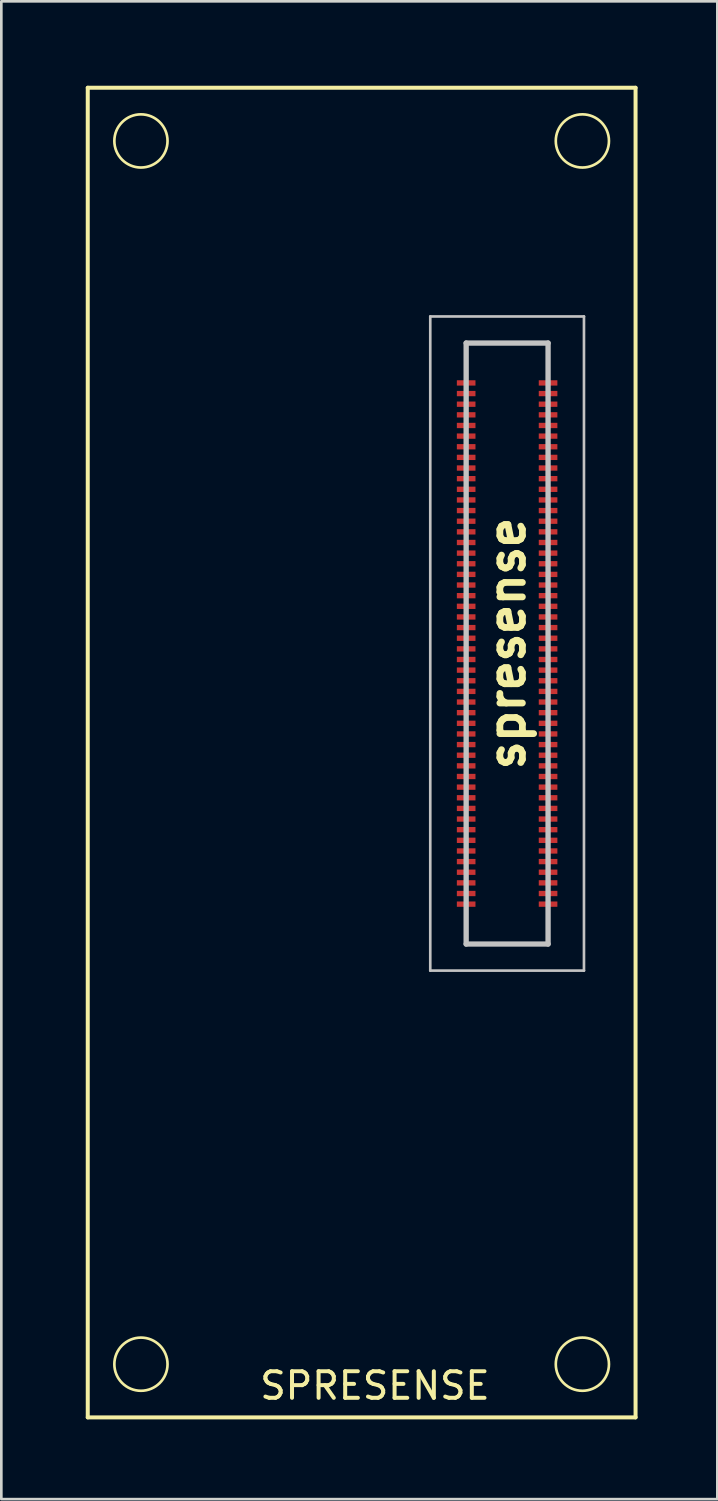
<source format=kicad_pcb>
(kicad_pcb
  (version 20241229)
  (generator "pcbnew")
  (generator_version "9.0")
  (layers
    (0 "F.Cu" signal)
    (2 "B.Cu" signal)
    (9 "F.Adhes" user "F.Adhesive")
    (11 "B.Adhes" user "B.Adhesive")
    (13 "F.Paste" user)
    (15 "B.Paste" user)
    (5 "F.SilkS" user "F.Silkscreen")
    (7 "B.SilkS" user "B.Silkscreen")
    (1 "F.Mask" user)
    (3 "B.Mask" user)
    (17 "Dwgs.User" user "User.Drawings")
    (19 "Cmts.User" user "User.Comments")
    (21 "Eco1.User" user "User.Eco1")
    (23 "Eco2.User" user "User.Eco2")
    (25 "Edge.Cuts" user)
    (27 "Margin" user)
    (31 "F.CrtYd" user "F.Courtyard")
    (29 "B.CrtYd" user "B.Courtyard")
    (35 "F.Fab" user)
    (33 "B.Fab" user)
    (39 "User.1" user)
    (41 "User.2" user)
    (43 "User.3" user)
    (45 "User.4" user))
  (footprint "spresense"
    (layer "F.Cu")
    (at 0.25 0.25)
    (property "Reference" "spresense" (at 15.77 20.9 270) (layer "F.SilkS") (effects (font (size 1.27 1.27) (thickness 0.254))))
    (attr smd)
    (fp_line (start 0 0) (end 20.6 0) (stroke (width 0.15) (type solid)) (layer "F.SilkS"))
    (fp_line (start 0 50) (end 0 0) (stroke (width 0.15) (type solid)) (layer "F.SilkS"))
    (fp_line (start 14.23 9.6) (end 14.23 10.9) (stroke (width 0.1) (type solid)) (layer "F.SilkS"))
    (fp_line (start 14.23 32.2) (end 14.23 30.9) (stroke (width 0.1) (type solid)) (layer "F.SilkS"))
    (fp_line (start 17.31 9.6) (end 14.23 9.6) (stroke (width 0.1) (type solid)) (layer "F.SilkS"))
    (fp_line (start 17.31 10.9) (end 17.31 9.6) (stroke (width 0.1) (type solid)) (layer "F.SilkS"))
    (fp_line (start 17.31 30.9) (end 17.31 32.2) (stroke (width 0.1) (type solid)) (layer "F.SilkS"))
    (fp_line (start 17.31 32.2) (end 14.23 32.2) (stroke (width 0.1) (type solid)) (layer "F.SilkS"))
    (fp_line (start 20.6 0) (end 20.6 50) (stroke (width 0.15) (type solid)) (layer "F.SilkS"))
    (fp_line (start 20.6 50) (end 0 50) (stroke (width 0.15) (type solid)) (layer "F.SilkS"))
    (fp_circle (center 2 2) (end 3 2) (stroke (width 0.1) (type solid)) (fill no) (layer "F.SilkS"))
    (fp_circle (center 2 48) (end 3 48) (stroke (width 0.1) (type solid)) (fill no) (layer "F.SilkS"))
    (fp_circle (center 18.6 2) (end 19.6 2) (stroke (width 0.1) (type solid)) (fill no) (layer "F.SilkS"))
    (fp_circle (center 18.6 48) (end 19.6 48) (stroke (width 0.1) (type solid)) (fill no) (layer "F.SilkS"))
    (fp_line (start 12.88 8.6) (end 18.66 8.6) (stroke (width 0.1) (type solid)) (layer "Dwgs.User"))
    (fp_line (start 12.88 33.2) (end 12.88 8.6) (stroke (width 0.1) (type solid)) (layer "Dwgs.User"))
    (fp_line (start 14.23 9.6) (end 17.31 9.6) (stroke (width 0.2) (type solid)) (layer "Dwgs.User"))
    (fp_line (start 14.23 32.2) (end 14.23 9.6) (stroke (width 0.2) (type solid)) (layer "Dwgs.User"))
    (fp_line (start 17.31 9.6) (end 17.31 32.2) (stroke (width 0.2) (type solid)) (layer "Dwgs.User"))
    (fp_line (start 17.31 32.2) (end 14.23 32.2) (stroke (width 0.2) (type solid)) (layer "Dwgs.User"))
    (fp_line (start 18.66 8.6) (end 18.66 33.2) (stroke (width 0.1) (type solid)) (layer "Dwgs.User"))
    (fp_line (start 18.66 33.2) (end 12.88 33.2) (stroke (width 0.1) (type solid)) (layer "Dwgs.User"))
    (fp_text user "SPRESENSE" (at 10.8 48.81 0) (layer "F.SilkS") (effects (font (size 1 1) (thickness 0.15))))
    (pad "1" smd rect (at 14.23 11.1 270) (size 0.2 0.7) (layers "F.Cu" "F.Mask" "F.Paste"))
    (pad "2" smd rect (at 17.31 11.1 270) (size 0.2 0.7) (layers "F.Cu" "F.Mask" "F.Paste"))
    (pad "3" smd rect (at 14.23 11.5 270) (size 0.2 0.7) (layers "F.Cu" "F.Mask" "F.Paste"))
    (pad "4" smd rect (at 17.31 11.5 270) (size 0.2 0.7) (layers "F.Cu" "F.Mask" "F.Paste"))
    (pad "5" smd rect (at 14.23 11.9 270) (size 0.2 0.7) (layers "F.Cu" "F.Mask" "F.Paste"))
    (pad "6" smd rect (at 17.31 11.9 270) (size 0.2 0.7) (layers "F.Cu" "F.Mask" "F.Paste"))
    (pad "7" smd rect (at 14.23 12.3 270) (size 0.2 0.7) (layers "F.Cu" "F.Mask" "F.Paste"))
    (pad "8" smd rect (at 17.31 12.3 270) (size 0.2 0.7) (layers "F.Cu" "F.Mask" "F.Paste"))
    (pad "9" smd rect (at 14.23 12.7 270) (size 0.2 0.7) (layers "F.Cu" "F.Mask" "F.Paste"))
    (pad "10" smd rect (at 17.31 12.7 270) (size 0.2 0.7) (layers "F.Cu" "F.Mask" "F.Paste"))
    (pad "11" smd rect (at 14.23 13.1 270) (size 0.2 0.7) (layers "F.Cu" "F.Mask" "F.Paste"))
    (pad "12" smd rect (at 17.31 13.1 270) (size 0.2 0.7) (layers "F.Cu" "F.Mask" "F.Paste"))
    (pad "13" smd rect (at 14.23 13.5 270) (size 0.2 0.7) (layers "F.Cu" "F.Mask" "F.Paste"))
    (pad "14" smd rect (at 17.31 13.5 270) (size 0.2 0.7) (layers "F.Cu" "F.Mask" "F.Paste"))
    (pad "15" smd rect (at 14.23 13.9 270) (size 0.2 0.7) (layers "F.Cu" "F.Mask" "F.Paste"))
    (pad "16" smd rect (at 17.31 13.9 270) (size 0.2 0.7) (layers "F.Cu" "F.Mask" "F.Paste"))
    (pad "17" smd rect (at 14.23 14.3 270) (size 0.2 0.7) (layers "F.Cu" "F.Mask" "F.Paste"))
    (pad "18" smd rect (at 17.31 14.3 270) (size 0.2 0.7) (layers "F.Cu" "F.Mask" "F.Paste"))
    (pad "19" smd rect (at 14.23 14.7 270) (size 0.2 0.7) (layers "F.Cu" "F.Mask" "F.Paste"))
    (pad "20" smd rect (at 17.31 14.7 270) (size 0.2 0.7) (layers "F.Cu" "F.Mask" "F.Paste"))
    (pad "21" smd rect (at 14.23 15.1 270) (size 0.2 0.7) (layers "F.Cu" "F.Mask" "F.Paste"))
    (pad "22" smd rect (at 17.31 15.1 270) (size 0.2 0.7) (layers "F.Cu" "F.Mask" "F.Paste"))
    (pad "23" smd rect (at 14.23 15.5 270) (size 0.2 0.7) (layers "F.Cu" "F.Mask" "F.Paste"))
    (pad "24" smd rect (at 17.31 15.5 270) (size 0.2 0.7) (layers "F.Cu" "F.Mask" "F.Paste"))
    (pad "25" smd rect (at 14.23 15.9 270) (size 0.2 0.7) (layers "F.Cu" "F.Mask" "F.Paste"))
    (pad "26" smd rect (at 17.31 15.9 270) (size 0.2 0.7) (layers "F.Cu" "F.Mask" "F.Paste"))
    (pad "27" smd rect (at 14.23 16.3 270) (size 0.2 0.7) (layers "F.Cu" "F.Mask" "F.Paste"))
    (pad "28" smd rect (at 17.31 16.3 270) (size 0.2 0.7) (layers "F.Cu" "F.Mask" "F.Paste"))
    (pad "29" smd rect (at 14.23 16.7 270) (size 0.2 0.7) (layers "F.Cu" "F.Mask" "F.Paste"))
    (pad "30" smd rect (at 17.31 16.7 270) (size 0.2 0.7) (layers "F.Cu" "F.Mask" "F.Paste"))
    (pad "31" smd rect (at 14.23 17.1 270) (size 0.2 0.7) (layers "F.Cu" "F.Mask" "F.Paste"))
    (pad "32" smd rect (at 17.31 17.1 270) (size 0.2 0.7) (layers "F.Cu" "F.Mask" "F.Paste"))
    (pad "33" smd rect (at 14.23 17.5 270) (size 0.2 0.7) (layers "F.Cu" "F.Mask" "F.Paste"))
    (pad "34" smd rect (at 17.31 17.5 270) (size 0.2 0.7) (layers "F.Cu" "F.Mask" "F.Paste"))
    (pad "35" smd rect (at 14.23 17.9 270) (size 0.2 0.7) (layers "F.Cu" "F.Mask" "F.Paste"))
    (pad "36" smd rect (at 17.31 17.9 270) (size 0.2 0.7) (layers "F.Cu" "F.Mask" "F.Paste"))
    (pad "37" smd rect (at 14.23 18.3 270) (size 0.2 0.7) (layers "F.Cu" "F.Mask" "F.Paste"))
    (pad "38" smd rect (at 17.31 18.3 270) (size 0.2 0.7) (layers "F.Cu" "F.Mask" "F.Paste"))
    (pad "39" smd rect (at 14.23 18.7 270) (size 0.2 0.7) (layers "F.Cu" "F.Mask" "F.Paste"))
    (pad "40" smd rect (at 17.31 18.7 270) (size 0.2 0.7) (layers "F.Cu" "F.Mask" "F.Paste"))
    (pad "41" smd rect (at 14.23 19.1 270) (size 0.2 0.7) (layers "F.Cu" "F.Mask" "F.Paste"))
    (pad "42" smd rect (at 17.31 19.1 270) (size 0.2 0.7) (layers "F.Cu" "F.Mask" "F.Paste"))
    (pad "43" smd rect (at 14.23 19.5 270) (size 0.2 0.7) (layers "F.Cu" "F.Mask" "F.Paste"))
    (pad "44" smd rect (at 17.31 19.5 270) (size 0.2 0.7) (layers "F.Cu" "F.Mask" "F.Paste"))
    (pad "45" smd rect (at 14.23 19.9 270) (size 0.2 0.7) (layers "F.Cu" "F.Mask" "F.Paste"))
    (pad "46" smd rect (at 17.31 19.9 270) (size 0.2 0.7) (layers "F.Cu" "F.Mask" "F.Paste"))
    (pad "47" smd rect (at 14.23 20.3 270) (size 0.2 0.7) (layers "F.Cu" "F.Mask" "F.Paste"))
    (pad "48" smd rect (at 17.31 20.3 270) (size 0.2 0.7) (layers "F.Cu" "F.Mask" "F.Paste"))
    (pad "49" smd rect (at 14.23 20.7 270) (size 0.2 0.7) (layers "F.Cu" "F.Mask" "F.Paste"))
    (pad "50" smd rect (at 17.31 20.7 270) (size 0.2 0.7) (layers "F.Cu" "F.Mask" "F.Paste"))
    (pad "51" smd rect (at 14.23 21.1 270) (size 0.2 0.7) (layers "F.Cu" "F.Mask" "F.Paste"))
    (pad "52" smd rect (at 17.31 21.1 270) (size 0.2 0.7) (layers "F.Cu" "F.Mask" "F.Paste"))
    (pad "53" smd rect (at 14.23 21.5 270) (size 0.2 0.7) (layers "F.Cu" "F.Mask" "F.Paste"))
    (pad "54" smd rect (at 17.31 21.5 270) (size 0.2 0.7) (layers "F.Cu" "F.Mask" "F.Paste"))
    (pad "55" smd rect (at 14.23 21.9 270) (size 0.2 0.7) (layers "F.Cu" "F.Mask" "F.Paste"))
    (pad "56" smd rect (at 17.31 21.9 270) (size 0.2 0.7) (layers "F.Cu" "F.Mask" "F.Paste"))
    (pad "57" smd rect (at 14.23 22.3 270) (size 0.2 0.7) (layers "F.Cu" "F.Mask" "F.Paste"))
    (pad "58" smd rect (at 17.31 22.3 270) (size 0.2 0.7) (layers "F.Cu" "F.Mask" "F.Paste"))
    (pad "59" smd rect (at 14.23 22.7 270) (size 0.2 0.7) (layers "F.Cu" "F.Mask" "F.Paste"))
    (pad "60" smd rect (at 17.31 22.7 270) (size 0.2 0.7) (layers "F.Cu" "F.Mask" "F.Paste"))
    (pad "61" smd rect (at 14.23 23.1 270) (size 0.2 0.7) (layers "F.Cu" "F.Mask" "F.Paste"))
    (pad "62" smd rect (at 17.31 23.1 270) (size 0.2 0.7) (layers "F.Cu" "F.Mask" "F.Paste"))
    (pad "63" smd rect (at 14.23 23.5 270) (size 0.2 0.7) (layers "F.Cu" "F.Mask" "F.Paste"))
    (pad "64" smd rect (at 17.31 23.5 270) (size 0.2 0.7) (layers "F.Cu" "F.Mask" "F.Paste"))
    (pad "65" smd rect (at 14.23 23.9 270) (size 0.2 0.7) (layers "F.Cu" "F.Mask" "F.Paste"))
    (pad "66" smd rect (at 17.31 23.9 270) (size 0.2 0.7) (layers "F.Cu" "F.Mask" "F.Paste"))
    (pad "67" smd rect (at 14.23 24.3 270) (size 0.2 0.7) (layers "F.Cu" "F.Mask" "F.Paste"))
    (pad "68" smd rect (at 17.31 24.3 270) (size 0.2 0.7) (layers "F.Cu" "F.Mask" "F.Paste"))
    (pad "69" smd rect (at 14.23 24.7 270) (size 0.2 0.7) (layers "F.Cu" "F.Mask" "F.Paste"))
    (pad "70" smd rect (at 17.31 24.7 270) (size 0.2 0.7) (layers "F.Cu" "F.Mask" "F.Paste"))
    (pad "71" smd rect (at 14.23 25.1 270) (size 0.2 0.7) (layers "F.Cu" "F.Mask" "F.Paste"))
    (pad "72" smd rect (at 17.31 25.1 270) (size 0.2 0.7) (layers "F.Cu" "F.Mask" "F.Paste"))
    (pad "73" smd rect (at 14.23 25.5 270) (size 0.2 0.7) (layers "F.Cu" "F.Mask" "F.Paste"))
    (pad "74" smd rect (at 17.31 25.5 270) (size 0.2 0.7) (layers "F.Cu" "F.Mask" "F.Paste"))
    (pad "75" smd rect (at 14.23 25.9 270) (size 0.2 0.7) (layers "F.Cu" "F.Mask" "F.Paste"))
    (pad "76" smd rect (at 17.31 25.9 270) (size 0.2 0.7) (layers "F.Cu" "F.Mask" "F.Paste"))
    (pad "77" smd rect (at 14.23 26.3 270) (size 0.2 0.7) (layers "F.Cu" "F.Mask" "F.Paste"))
    (pad "78" smd rect (at 17.31 26.3 270) (size 0.2 0.7) (layers "F.Cu" "F.Mask" "F.Paste"))
    (pad "79" smd rect (at 14.23 26.7 270) (size 0.2 0.7) (layers "F.Cu" "F.Mask" "F.Paste"))
    (pad "80" smd rect (at 17.31 26.7 270) (size 0.2 0.7) (layers "F.Cu" "F.Mask" "F.Paste"))
    (pad "81" smd rect (at 14.23 27.1 270) (size 0.2 0.7) (layers "F.Cu" "F.Mask" "F.Paste"))
    (pad "82" smd rect (at 17.31 27.1 270) (size 0.2 0.7) (layers "F.Cu" "F.Mask" "F.Paste"))
    (pad "83" smd rect (at 14.23 27.5 270) (size 0.2 0.7) (layers "F.Cu" "F.Mask" "F.Paste"))
    (pad "84" smd rect (at 17.31 27.5 270) (size 0.2 0.7) (layers "F.Cu" "F.Mask" "F.Paste"))
    (pad "85" smd rect (at 14.23 27.9 270) (size 0.2 0.7) (layers "F.Cu" "F.Mask" "F.Paste"))
    (pad "86" smd rect (at 17.31 27.9 270) (size 0.2 0.7) (layers "F.Cu" "F.Mask" "F.Paste"))
    (pad "87" smd rect (at 14.23 28.3 270) (size 0.2 0.7) (layers "F.Cu" "F.Mask" "F.Paste"))
    (pad "88" smd rect (at 17.31 28.3 270) (size 0.2 0.7) (layers "F.Cu" "F.Mask" "F.Paste"))
    (pad "89" smd rect (at 14.23 28.7 270) (size 0.2 0.7) (layers "F.Cu" "F.Mask" "F.Paste"))
    (pad "90" smd rect (at 17.31 28.7 270) (size 0.2 0.7) (layers "F.Cu" "F.Mask" "F.Paste"))
    (pad "91" smd rect (at 14.23 29.1 270) (size 0.2 0.7) (layers "F.Cu" "F.Mask" "F.Paste"))
    (pad "92" smd rect (at 17.31 29.1 270) (size 0.2 0.7) (layers "F.Cu" "F.Mask" "F.Paste"))
    (pad "93" smd rect (at 14.23 29.5 270) (size 0.2 0.7) (layers "F.Cu" "F.Mask" "F.Paste"))
    (pad "94" smd rect (at 17.31 29.5 270) (size 0.2 0.7) (layers "F.Cu" "F.Mask" "F.Paste"))
    (pad "95" smd rect (at 14.23 29.9 270) (size 0.2 0.7) (layers "F.Cu" "F.Mask" "F.Paste"))
    (pad "96" smd rect (at 17.31 29.9 270) (size 0.2 0.7) (layers "F.Cu" "F.Mask" "F.Paste"))
    (pad "97" smd rect (at 14.23 30.3 270) (size 0.2 0.7) (layers "F.Cu" "F.Mask" "F.Paste"))
    (pad "98" smd rect (at 17.31 30.3 270) (size 0.2 0.7) (layers "F.Cu" "F.Mask" "F.Paste"))
    (pad "99" smd rect (at 14.23 30.7 270) (size 0.2 0.7) (layers "F.Cu" "F.Mask" "F.Paste"))
    (pad "100" smd rect (at 17.31 30.7 270) (size 0.2 0.7) (layers "F.Cu" "F.Mask" "F.Paste")))
  (gr_rect
    (start -3 -3)
    (end 23.925 53.325)
    (stroke (width 0.1) (type default))
    (fill no)
    (layer "Edge.Cuts")))
</source>
